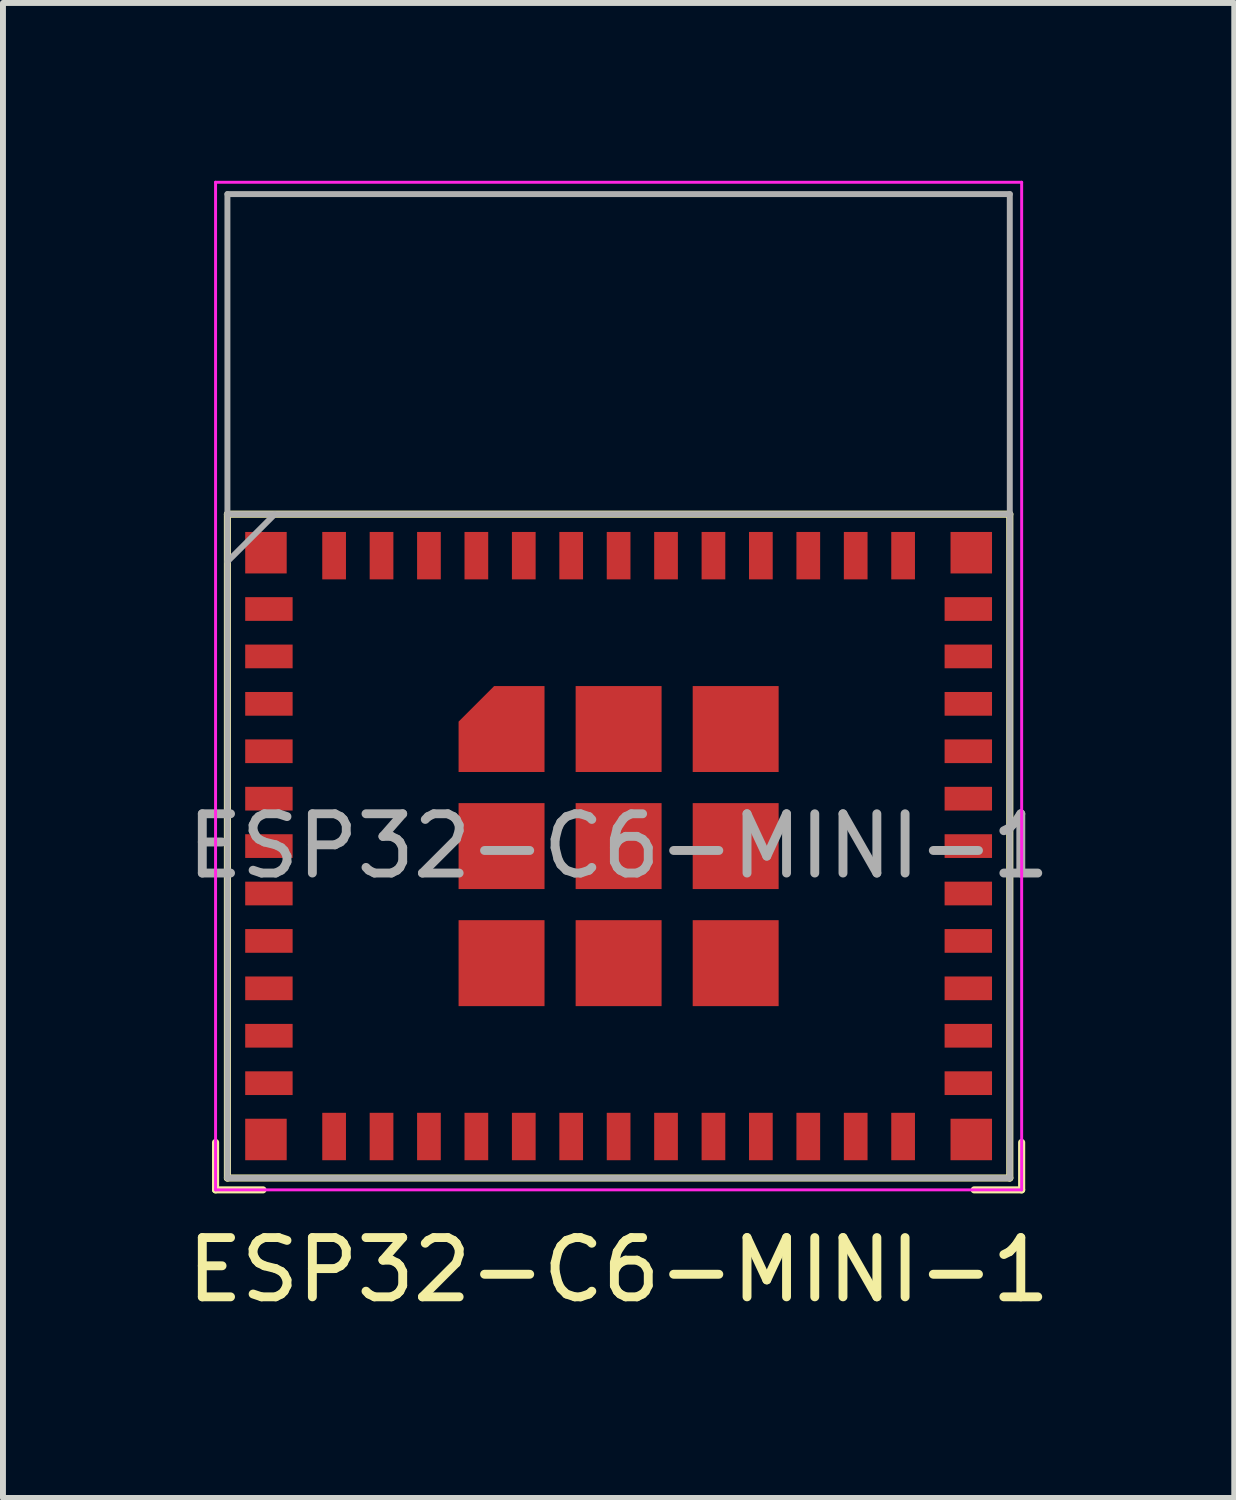
<source format=kicad_pcb>
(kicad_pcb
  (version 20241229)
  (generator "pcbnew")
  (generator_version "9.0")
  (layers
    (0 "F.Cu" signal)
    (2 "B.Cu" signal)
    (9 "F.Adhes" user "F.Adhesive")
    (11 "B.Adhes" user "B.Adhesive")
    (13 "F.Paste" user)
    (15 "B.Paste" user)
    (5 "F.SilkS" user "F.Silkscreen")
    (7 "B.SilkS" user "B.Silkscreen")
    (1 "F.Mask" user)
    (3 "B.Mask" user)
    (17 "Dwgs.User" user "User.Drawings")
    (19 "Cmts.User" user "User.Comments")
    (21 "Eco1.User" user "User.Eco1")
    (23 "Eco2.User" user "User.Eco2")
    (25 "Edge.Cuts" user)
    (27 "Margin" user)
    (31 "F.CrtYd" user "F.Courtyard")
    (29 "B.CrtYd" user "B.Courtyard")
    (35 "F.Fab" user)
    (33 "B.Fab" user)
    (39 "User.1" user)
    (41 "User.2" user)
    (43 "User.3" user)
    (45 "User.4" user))
  (footprint "ESP32-C6-MINI-1"
    (layer "F.Cu")
    (at 7.387 8.525)
    (property "Reference" "ESP32-C6-MINI-1" (at 0 9.85 0) (layer "F.SilkS") (effects (font (size 1 1) (thickness 0.15))))
    (attr smd)
    (fp_line (start -6.8 7.7) (end -6.8 8.5) (stroke (width 0.12) (type solid)) (layer "F.SilkS"))
    (fp_line (start -6.8 8.5) (end -6 8.5) (stroke (width 0.12) (type solid)) (layer "F.SilkS"))
    (fp_line (start -6.6 -2.9) (end -6.6 8.3) (stroke (width 0.12) (type solid)) (layer "F.SilkS"))
    (fp_line (start -6.6 -2.9) (end 6.6 -2.9) (stroke (width 0.12) (type solid)) (layer "F.SilkS"))
    (fp_line (start 6.6 8.3) (end -6.6 8.3) (stroke (width 0.12) (type solid)) (layer "F.SilkS"))
    (fp_line (start 6.6 8.3) (end 6.6 -2.9) (stroke (width 0.12) (type solid)) (layer "F.SilkS"))
    (fp_line (start 6.8 7.7) (end 6.8 8.5) (stroke (width 0.12) (type solid)) (layer "F.SilkS"))
    (fp_line (start 6.8 8.5) (end 6 8.5) (stroke (width 0.12) (type solid)) (layer "F.SilkS"))
    (fp_line (start -6.8 -8.5) (end 6.8 -8.5) (stroke (width 0.05) (type solid)) (layer "F.CrtYd"))
    (fp_line (start -6.8 8.5) (end -6.8 -8.5) (stroke (width 0.05) (type solid)) (layer "F.CrtYd"))
    (fp_line (start 6.8 -8.5) (end 6.8 8.5) (stroke (width 0.05) (type solid)) (layer "F.CrtYd"))
    (fp_line (start 6.8 8.5) (end -6.8 8.5) (stroke (width 0.05) (type solid)) (layer "F.CrtYd"))
    (fp_line (start -6.6 8.3) (end -6.6 -8.3) (stroke (width 0.1) (type solid)) (layer "F.Fab"))
    (fp_line (start -6.6 8.3) (end 6.6 8.3) (stroke (width 0.1) (type solid)) (layer "F.Fab"))
    (fp_line (start -5.8 -2.9) (end -6.6 -2.1) (stroke (width 0.1) (type solid)) (layer "F.Fab"))
    (fp_line (start 6.6 -8.3) (end -6.6 -8.3) (stroke (width 0.1) (type solid)) (layer "F.Fab"))
    (fp_line (start 6.6 -2.9) (end -6.6 -2.9) (stroke (width 0.1) (type solid)) (layer "F.Fab"))
    (fp_line (start 6.6 8.3) (end 6.6 -8.3) (stroke (width 0.1) (type solid)) (layer "F.Fab"))
    (fp_text user "${REFERENCE}" (at 0 2.7 0) (layer "F.Fab") (effects (font (size 1 1) (thickness 0.15))))
    (pad "1" smd rect (at -5.9 -1.3 90) (size 0.4 0.8) (layers "F.Cu" "F.Mask" "F.Paste"))
    (pad "2" smd rect (at -5.9 -0.5 90) (size 0.4 0.8) (layers "F.Cu" "F.Mask" "F.Paste"))
    (pad "3" smd rect (at -5.9 0.3 90) (size 0.4 0.8) (layers "F.Cu" "F.Mask" "F.Paste"))
    (pad "4" smd rect (at -5.9 1.1 90) (size 0.4 0.8) (layers "F.Cu" "F.Mask" "F.Paste"))
    (pad "5" smd rect (at -5.9 1.9 90) (size 0.4 0.8) (layers "F.Cu" "F.Mask" "F.Paste"))
    (pad "6" smd rect (at -5.9 2.7 90) (size 0.4 0.8) (layers "F.Cu" "F.Mask" "F.Paste"))
    (pad "7" smd rect (at -5.9 3.5 90) (size 0.4 0.8) (layers "F.Cu" "F.Mask" "F.Paste"))
    (pad "8" smd rect (at -5.9 4.3 90) (size 0.4 0.8) (layers "F.Cu" "F.Mask" "F.Paste"))
    (pad "9" smd rect (at -5.9 5.1 90) (size 0.4 0.8) (layers "F.Cu" "F.Mask" "F.Paste"))
    (pad "10" smd rect (at -5.9 5.9 90) (size 0.4 0.8) (layers "F.Cu" "F.Mask" "F.Paste"))
    (pad "11" smd rect (at -5.9 6.7 90) (size 0.4 0.8) (layers "F.Cu" "F.Mask" "F.Paste"))
    (pad "12" smd rect (at -4.8 7.6) (size 0.4 0.8) (layers "F.Cu" "F.Mask" "F.Paste"))
    (pad "13" smd rect (at -4 7.6) (size 0.4 0.8) (layers "F.Cu" "F.Mask" "F.Paste"))
    (pad "14" smd rect (at -3.2 7.6) (size 0.4 0.8) (layers "F.Cu" "F.Mask" "F.Paste"))
    (pad "15" smd rect (at -2.4 7.6) (size 0.4 0.8) (layers "F.Cu" "F.Mask" "F.Paste"))
    (pad "16" smd rect (at -1.6 7.6) (size 0.4 0.8) (layers "F.Cu" "F.Mask" "F.Paste"))
    (pad "17" smd rect (at -0.8 7.6) (size 0.4 0.8) (layers "F.Cu" "F.Mask" "F.Paste"))
    (pad "18" smd rect (at 0 7.6) (size 0.4 0.8) (layers "F.Cu" "F.Mask" "F.Paste"))
    (pad "19" smd rect (at 0.8 7.6) (size 0.4 0.8) (layers "F.Cu" "F.Mask" "F.Paste"))
    (pad "20" smd rect (at 1.6 7.6) (size 0.4 0.8) (layers "F.Cu" "F.Mask" "F.Paste"))
    (pad "21" smd rect (at 2.4 7.6) (size 0.4 0.8) (layers "F.Cu" "F.Mask" "F.Paste"))
    (pad "22" smd rect (at 3.2 7.6) (size 0.4 0.8) (layers "F.Cu" "F.Mask" "F.Paste"))
    (pad "23" smd rect (at 4 7.6) (size 0.4 0.8) (layers "F.Cu" "F.Mask" "F.Paste"))
    (pad "24" smd rect (at 4.8 7.6) (size 0.4 0.8) (layers "F.Cu" "F.Mask" "F.Paste"))
    (pad "25" smd rect (at 5.9 6.7 90) (size 0.4 0.8) (layers "F.Cu" "F.Mask" "F.Paste"))
    (pad "26" smd rect (at 5.9 5.9 90) (size 0.4 0.8) (layers "F.Cu" "F.Mask" "F.Paste"))
    (pad "27" smd rect (at 5.9 5.1 90) (size 0.4 0.8) (layers "F.Cu" "F.Mask" "F.Paste"))
    (pad "28" smd rect (at 5.9 4.3 90) (size 0.4 0.8) (layers "F.Cu" "F.Mask" "F.Paste"))
    (pad "29" smd rect (at 5.9 3.5 90) (size 0.4 0.8) (layers "F.Cu" "F.Mask" "F.Paste"))
    (pad "30" smd rect (at 5.9 2.7 90) (size 0.4 0.8) (layers "F.Cu" "F.Mask" "F.Paste"))
    (pad "31" smd rect (at 5.9 1.9 90) (size 0.4 0.8) (layers "F.Cu" "F.Mask" "F.Paste"))
    (pad "32" smd rect (at 5.9 1.1 90) (size 0.4 0.8) (layers "F.Cu" "F.Mask" "F.Paste"))
    (pad "33" smd rect (at 5.9 0.3 90) (size 0.4 0.8) (layers "F.Cu" "F.Mask" "F.Paste"))
    (pad "34" smd rect (at 5.9 -0.5 90) (size 0.4 0.8) (layers "F.Cu" "F.Mask" "F.Paste"))
    (pad "35" smd rect (at 5.9 -1.3 90) (size 0.4 0.8) (layers "F.Cu" "F.Mask" "F.Paste"))
    (pad "36" smd rect (at 4.8 -2.2) (size 0.4 0.8) (layers "F.Cu" "F.Mask" "F.Paste"))
    (pad "37" smd rect (at 4 -2.2) (size 0.4 0.8) (layers "F.Cu" "F.Mask" "F.Paste"))
    (pad "38" smd rect (at 3.2 -2.2) (size 0.4 0.8) (layers "F.Cu" "F.Mask" "F.Paste"))
    (pad "39" smd rect (at 2.4 -2.2) (size 0.4 0.8) (layers "F.Cu" "F.Mask" "F.Paste"))
    (pad "40" smd rect (at 1.6 -2.2) (size 0.4 0.8) (layers "F.Cu" "F.Mask" "F.Paste"))
    (pad "41" smd rect (at 0.8 -2.2) (size 0.4 0.8) (layers "F.Cu" "F.Mask" "F.Paste"))
    (pad "42" smd rect (at 0 -2.2) (size 0.4 0.8) (layers "F.Cu" "F.Mask" "F.Paste"))
    (pad "43" smd rect (at -0.8 -2.2) (size 0.4 0.8) (layers "F.Cu" "F.Mask" "F.Paste"))
    (pad "44" smd rect (at -1.6 -2.2) (size 0.4 0.8) (layers "F.Cu" "F.Mask" "F.Paste"))
    (pad "45" smd rect (at -2.4 -2.2) (size 0.4 0.8) (layers "F.Cu" "F.Mask" "F.Paste"))
    (pad "46" smd rect (at -3.2 -2.2) (size 0.4 0.8) (layers "F.Cu" "F.Mask" "F.Paste"))
    (pad "47" smd rect (at -4 -2.2) (size 0.4 0.8) (layers "F.Cu" "F.Mask" "F.Paste"))
    (pad "48" smd rect (at -4.8 -2.2) (size 0.4 0.8) (layers "F.Cu" "F.Mask" "F.Paste"))
    (pad "49" smd custom (at -1.975 0.725) (size 0.8 0.8) (layers "F.Cu" "F.Mask" "F.Paste") (options (anchor rect)) (primitives (gr_poly (pts (xy 0.725 0.725) (xy -0.725 0.725) (xy -0.725 -0.125) (xy -0.125 -0.725) (xy 0.725 -0.725)) (width 0) (fill yes))))
    (pad "49" smd rect (at -1.975 2.7 90) (size 1.45 1.45) (layers "F.Cu" "F.Mask" "F.Paste"))
    (pad "49" smd rect (at -1.975 4.675 90) (size 1.45 1.45) (layers "F.Cu" "F.Mask" "F.Paste"))
    (pad "49" smd rect (at 0 0.725 90) (size 1.45 1.45) (layers "F.Cu" "F.Mask" "F.Paste"))
    (pad "49" smd rect (at 0 2.7 90) (size 1.45 1.45) (layers "F.Cu" "F.Mask" "F.Paste"))
    (pad "49" smd rect (at 0 4.675 90) (size 1.45 1.45) (layers "F.Cu" "F.Mask" "F.Paste"))
    (pad "49" smd rect (at 1.975 0.725 90) (size 1.45 1.45) (layers "F.Cu" "F.Mask" "F.Paste"))
    (pad "49" smd rect (at 1.975 2.7 90) (size 1.45 1.45) (layers "F.Cu" "F.Mask" "F.Paste"))
    (pad "49" smd rect (at 1.975 4.675 90) (size 1.45 1.45) (layers "F.Cu" "F.Mask" "F.Paste"))
    (pad "50" smd rect (at 5.95 -2.25 90) (size 0.7 0.7) (layers "F.Cu" "F.Mask" "F.Paste"))
    (pad "51" smd rect (at 5.95 7.65 90) (size 0.7 0.7) (layers "F.Cu" "F.Mask" "F.Paste"))
    (pad "52" smd rect (at -5.95 7.65 90) (size 0.7 0.7) (layers "F.Cu" "F.Mask" "F.Paste"))
    (pad "53" smd rect (at -5.95 -2.25 90) (size 0.7 0.7) (layers "F.Cu" "F.Mask" "F.Paste"))
    (zone (net_name "") (layers "F.Cu" "B.Cu") (name "antenna keepout") (hatch edge 0.508) (connect_pads) (min_thickness 0.254) (filled_areas_thickness no) (keepout (tracks not_allowed) (vias not_allowed) (pads not_allowed) (copperpour not_allowed) (footprints not_allowed)) (placement (enabled no)) (fill) (polygon (pts (xy 13.987 5.625) (xy 0.787 5.625) (xy 0.787 0.225) (xy 13.987 0.225)))))
  (gr_rect
    (start -3 -3)
    (end 17.774 22.223)
    (stroke (width 0.1) (type default))
    (fill no)
    (layer "Edge.Cuts")))
</source>
